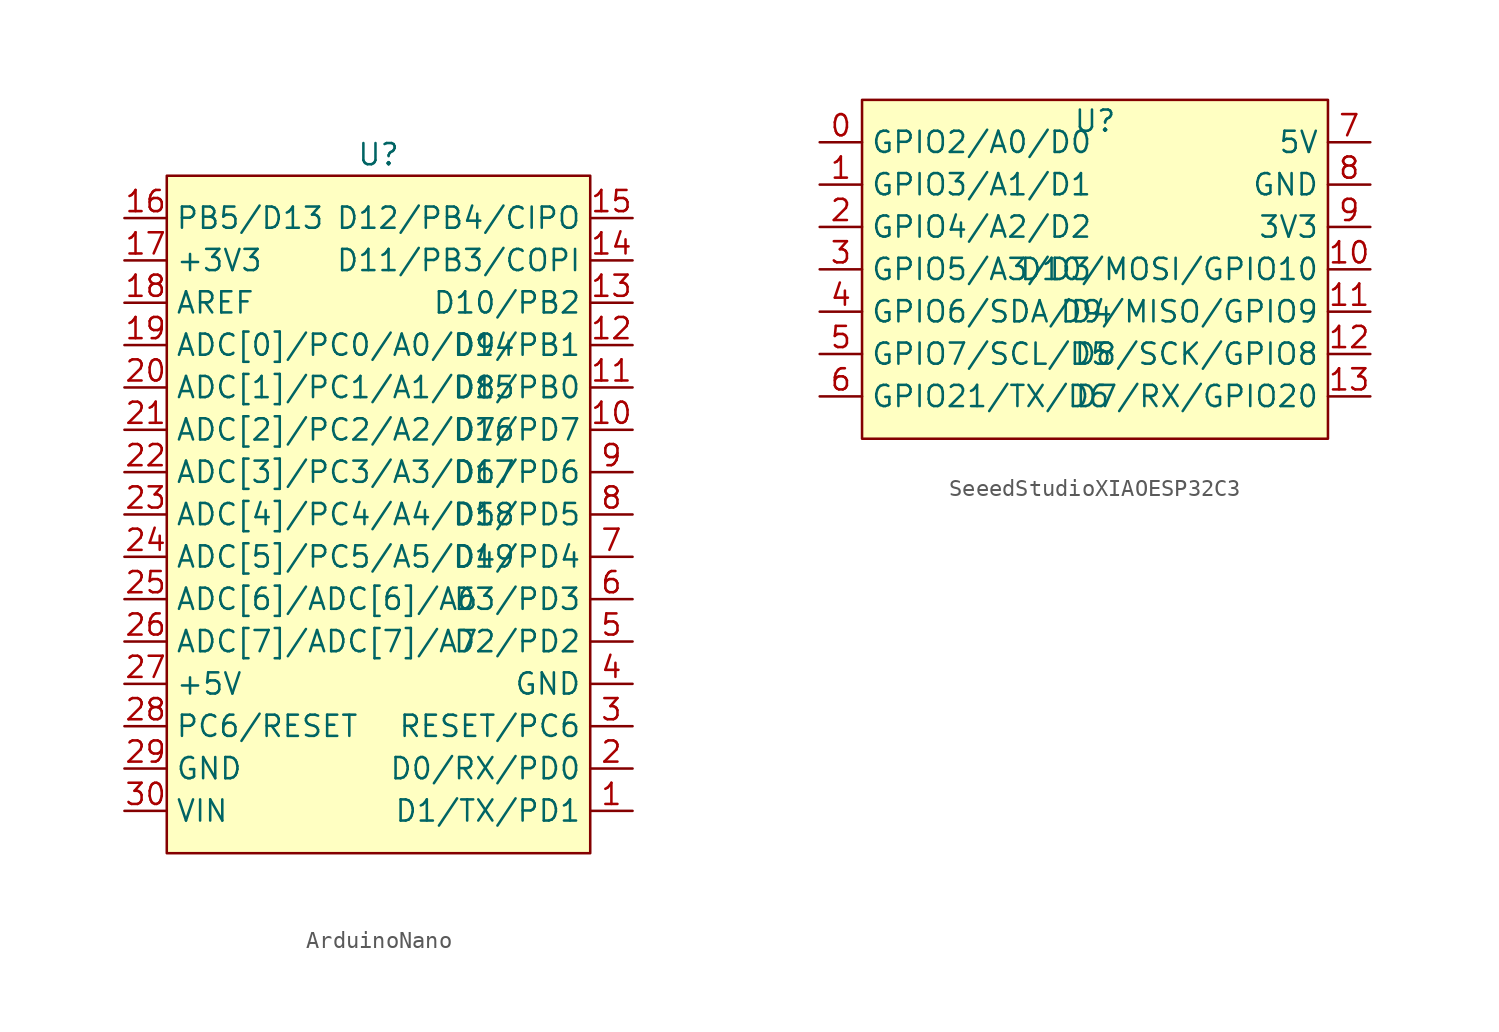
<source format=kicad_sym>
(kicad_symbol_lib
  (version 20220914)
  (generator kicad_symbol_editor)
  (symbol "ArduinoNano"
    (property "Reference" "U"
      (at 0 21.59 0)
      (effects (font (size 1.27 1.27))))
    (property "Value" ""
      (at -12.7 17.78 0)
      (effects (font (size 1.27 1.27))))
    (symbol "ArduinoNano_1_1"
      (rectangle (start -12.7 20.32) (end 12.7 -20.32) (stroke (width 0) (type default)) (fill (type background)))
      (pin passive line (at 15.24 -17.78 180) (length 2.54) (name "D1/TX/PD1" (effects (font (size 1.27 1.27)))) (number "1" (effects (font (size 1.27 1.27)))))
      (pin passive line (at 15.24 5.08 180) (length 2.54) (name "D7/PD7" (effects (font (size 1.27 1.27)))) (number "10" (effects (font (size 1.27 1.27)))))
      (pin passive line (at 15.24 7.62 180) (length 2.54) (name "D8/PB0" (effects (font (size 1.27 1.27)))) (number "11" (effects (font (size 1.27 1.27)))))
      (pin passive line (at 15.24 10.16 180) (length 2.54) (name "D9/PB1" (effects (font (size 1.27 1.27)))) (number "12" (effects (font (size 1.27 1.27)))))
      (pin passive line (at 15.24 12.7 180) (length 2.54) (name "D10/PB2" (effects (font (size 1.27 1.27)))) (number "13" (effects (font (size 1.27 1.27)))))
      (pin passive line (at 15.24 15.24 180) (length 2.54) (name "D11/PB3/COPI" (effects (font (size 1.27 1.27)))) (number "14" (effects (font (size 1.27 1.27)))))
      (pin passive line (at 15.24 17.78 180) (length 2.54) (name "D12/PB4/CIPO" (effects (font (size 1.27 1.27)))) (number "15" (effects (font (size 1.27 1.27)))))
      (pin passive line (at -15.24 17.78 0) (length 2.54) (name "PB5/D13" (effects (font (size 1.27 1.27)))) (number "16" (effects (font (size 1.27 1.27)))))
      (pin passive line (at -15.24 15.24 0) (length 2.54) (name "+3V3" (effects (font (size 1.27 1.27)))) (number "17" (effects (font (size 1.27 1.27)))))
      (pin passive line (at -15.24 12.7 0) (length 2.54) (name "AREF" (effects (font (size 1.27 1.27)))) (number "18" (effects (font (size 1.27 1.27)))))
      (pin passive line (at -15.24 10.16 0) (length 2.54) (name "ADC[0]/PC0/A0/D14" (effects (font (size 1.27 1.27)))) (number "19" (effects (font (size 1.27 1.27)))))
      (pin passive line (at 15.24 -15.24 180) (length 2.54) (name "D0/RX/PD0" (effects (font (size 1.27 1.27)))) (number "2" (effects (font (size 1.27 1.27)))))
      (pin passive line (at -15.24 7.62 0) (length 2.54) (name "ADC[1]/PC1/A1/D15" (effects (font (size 1.27 1.27)))) (number "20" (effects (font (size 1.27 1.27)))))
      (pin passive line (at -15.24 5.08 0) (length 2.54) (name "ADC[2]/PC2/A2/D16" (effects (font (size 1.27 1.27)))) (number "21" (effects (font (size 1.27 1.27)))))
      (pin passive line (at -15.24 2.54 0) (length 2.54) (name "ADC[3]/PC3/A3/D17" (effects (font (size 1.27 1.27)))) (number "22" (effects (font (size 1.27 1.27)))))
      (pin passive line (at -15.24 0 0) (length 2.54) (name "ADC[4]/PC4/A4/D18" (effects (font (size 1.27 1.27)))) (number "23" (effects (font (size 1.27 1.27)))))
      (pin passive line (at -15.24 -2.54 0) (length 2.54) (name "ADC[5]/PC5/A5/D19" (effects (font (size 1.27 1.27)))) (number "24" (effects (font (size 1.27 1.27)))))
      (pin passive line (at -15.24 -5.08 0) (length 2.54) (name "ADC[6]/ADC[6]/A6" (effects (font (size 1.27 1.27)))) (number "25" (effects (font (size 1.27 1.27)))))
      (pin passive line (at -15.24 -7.62 0) (length 2.54) (name "ADC[7]/ADC[7]/A7" (effects (font (size 1.27 1.27)))) (number "26" (effects (font (size 1.27 1.27)))))
      (pin passive line (at -15.24 -10.16 0) (length 2.54) (name "+5V" (effects (font (size 1.27 1.27)))) (number "27" (effects (font (size 1.27 1.27)))))
      (pin passive line (at -15.24 -12.7 0) (length 2.54) (name "PC6/RESET" (effects (font (size 1.27 1.27)))) (number "28" (effects (font (size 1.27 1.27)))))
      (pin passive line (at -15.24 -15.24 0) (length 2.54) (name "GND" (effects (font (size 1.27 1.27)))) (number "29" (effects (font (size 1.27 1.27)))))
      (pin passive line (at 15.24 -12.7 180) (length 2.54) (name "RESET/PC6" (effects (font (size 1.27 1.27)))) (number "3" (effects (font (size 1.27 1.27)))))
      (pin passive line (at -15.24 -17.78 0) (length 2.54) (name "VIN" (effects (font (size 1.27 1.27)))) (number "30" (effects (font (size 1.27 1.27)))))
      (pin passive line (at 15.24 -10.16 180) (length 2.54) (name "GND" (effects (font (size 1.27 1.27)))) (number "4" (effects (font (size 1.27 1.27)))))
      (pin passive line (at 15.24 -7.62 180) (length 2.54) (name "D2/PD2" (effects (font (size 1.27 1.27)))) (number "5" (effects (font (size 1.27 1.27)))))
      (pin passive line (at 15.24 -5.08 180) (length 2.54) (name "D3/PD3" (effects (font (size 1.27 1.27)))) (number "6" (effects (font (size 1.27 1.27)))))
      (pin passive line (at 15.24 -2.54 180) (length 2.54) (name "D4/PD4" (effects (font (size 1.27 1.27)))) (number "7" (effects (font (size 1.27 1.27)))))
      (pin passive line (at 15.24 0 180) (length 2.54) (name "D5/PD5" (effects (font (size 1.27 1.27)))) (number "8" (effects (font (size 1.27 1.27)))))
      (pin passive line (at 15.24 2.54 180) (length 2.54) (name "D6/PD6" (effects (font (size 1.27 1.27)))) (number "9" (effects (font (size 1.27 1.27)))))))
  (symbol "SeeedStudioXIAOESP32C3"
    (property "Reference" "U"
      (at 0 8.89 0)
      (effects (font (size 1.27 1.27))))
    (property "Value" ""
      (at -13.97 7.62 0)
      (effects (font (size 1.27 1.27))))
    (symbol "SeeedStudioXIAOESP32C3_1_1"
      (rectangle (start -13.97 10.16) (end 13.97 -10.16) (stroke (width 0) (type default)) (fill (type background)))
      (pin passive line (at -16.51 7.62 0) (length 2.54) (name "GPIO2/A0/D0" (effects (font (size 1.27 1.27)))) (number "0" (effects (font (size 1.27 1.27)))))
      (pin passive line (at -16.51 5.08 0) (length 2.54) (name "GPIO3/A1/D1" (effects (font (size 1.27 1.27)))) (number "1" (effects (font (size 1.27 1.27)))))
      (pin passive line (at 16.51 0 180) (length 2.54) (name "D10/MOSI/GPIO10" (effects (font (size 1.27 1.27)))) (number "10" (effects (font (size 1.27 1.27)))))
      (pin passive line (at 16.51 -2.54 180) (length 2.54) (name "D9/MISO/GPIO9" (effects (font (size 1.27 1.27)))) (number "11" (effects (font (size 1.27 1.27)))))
      (pin passive line (at 16.51 -5.08 180) (length 2.54) (name "D8/SCK/GPIO8" (effects (font (size 1.27 1.27)))) (number "12" (effects (font (size 1.27 1.27)))))
      (pin passive line (at 16.51 -7.62 180) (length 2.54) (name "D7/RX/GPIO20" (effects (font (size 1.27 1.27)))) (number "13" (effects (font (size 1.27 1.27)))))
      (pin passive line (at -16.51 2.54 0) (length 2.54) (name "GPIO4/A2/D2" (effects (font (size 1.27 1.27)))) (number "2" (effects (font (size 1.27 1.27)))))
      (pin passive line (at -16.51 0 0) (length 2.54) (name "GPIO5/A3/D3" (effects (font (size 1.27 1.27)))) (number "3" (effects (font (size 1.27 1.27)))))
      (pin passive line (at -16.51 -2.54 0) (length 2.54) (name "GPIO6/SDA/D4" (effects (font (size 1.27 1.27)))) (number "4" (effects (font (size 1.27 1.27)))))
      (pin passive line (at -16.51 -5.08 0) (length 2.54) (name "GPIO7/SCL/D5" (effects (font (size 1.27 1.27)))) (number "5" (effects (font (size 1.27 1.27)))))
      (pin passive line (at -16.51 -7.62 0) (length 2.54) (name "GPIO21/TX/D6" (effects (font (size 1.27 1.27)))) (number "6" (effects (font (size 1.27 1.27)))))
      (pin passive line (at 16.51 7.62 180) (length 2.54) (name "5V" (effects (font (size 1.27 1.27)))) (number "7" (effects (font (size 1.27 1.27)))))
      (pin passive line (at 16.51 5.08 180) (length 2.54) (name "GND" (effects (font (size 1.27 1.27)))) (number "8" (effects (font (size 1.27 1.27)))))
      (pin passive line (at 16.51 2.54 180) (length 2.54) (name "3V3" (effects (font (size 1.27 1.27)))) (number "9" (effects (font (size 1.27 1.27))))))))
</source>
